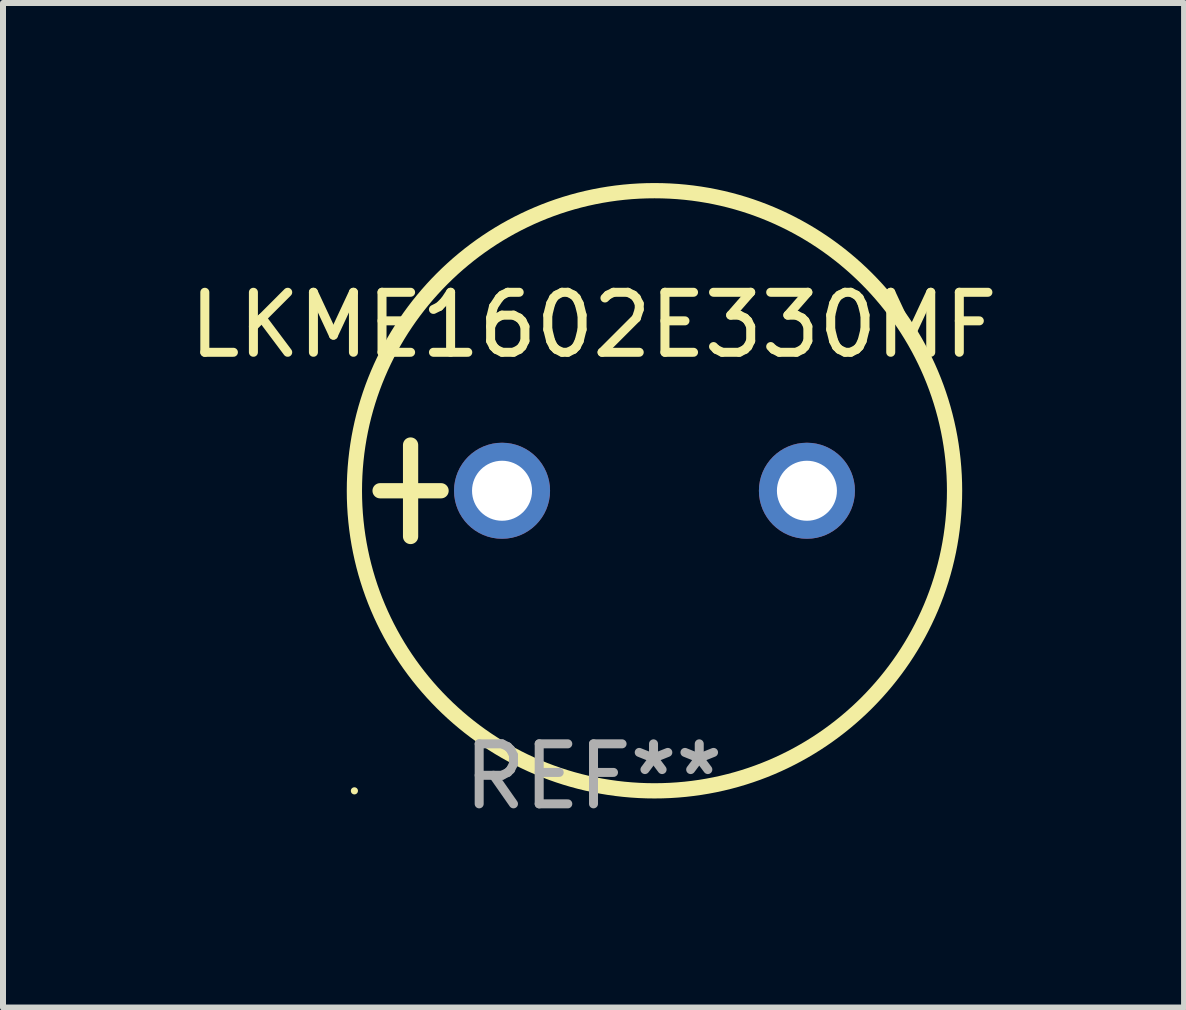
<source format=kicad_pcb>
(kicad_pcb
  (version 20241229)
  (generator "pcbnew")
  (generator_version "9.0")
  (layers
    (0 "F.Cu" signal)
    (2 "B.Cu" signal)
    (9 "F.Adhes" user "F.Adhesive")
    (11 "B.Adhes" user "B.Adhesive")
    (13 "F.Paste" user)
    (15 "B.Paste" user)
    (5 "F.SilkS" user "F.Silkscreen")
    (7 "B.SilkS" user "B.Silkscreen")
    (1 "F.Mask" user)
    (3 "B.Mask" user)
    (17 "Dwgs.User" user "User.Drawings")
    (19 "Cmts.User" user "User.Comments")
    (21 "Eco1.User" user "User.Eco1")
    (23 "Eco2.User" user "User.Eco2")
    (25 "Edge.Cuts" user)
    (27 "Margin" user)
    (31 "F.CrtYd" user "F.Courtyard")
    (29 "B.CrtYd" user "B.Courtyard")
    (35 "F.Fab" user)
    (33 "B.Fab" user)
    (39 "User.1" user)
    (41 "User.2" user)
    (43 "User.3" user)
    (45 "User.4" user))
  (footprint "LKME1602E330MF"
    (layer "F.Cu")
    (at 6.839 5.127)
    (property "Reference" "LKME1602E330MF" (at 0 -2.762 0) (layer "F.SilkS") (effects (font (size 1 1) (thickness 0.15))))
    (attr through_hole)
    (fp_line (start -3.556 0) (end -2.54 0) (stroke (width 0.254) (type solid)) (layer "F.SilkS"))
    (fp_line (start -3.048 -0.762) (end -3.048 0.762) (stroke (width 0.254) (type solid)) (layer "F.SilkS"))
    (fp_circle (center -3.984 5) (end -3.954 5) (stroke (width 0.06) (type solid)) (fill no) (layer "F.SilkS"))
    (fp_circle (center 1.016 0) (end 6.016 0) (stroke (width 0.254) (type solid)) (fill no) (layer "F.SilkS"))
    (fp_text user "REF**" (at 0 4.762 0) (layer "F.Fab") (effects (font (size 1 1) (thickness 0.15))))
    (pad "1" thru_hole circle (at -1.524 0) (size 1.6 1.6) (drill 1) (layers "*.Cu" "*.Mask"))
    (pad "2" thru_hole circle (at 3.556 0) (size 1.6 1.6) (drill 1) (layers "*.Cu" "*.Mask")))
  (gr_rect
    (start -3 -3)
    (end 16.679 13.737)
    (stroke (width 0.1) (type default))
    (fill no)
    (layer "Edge.Cuts")))
</source>
